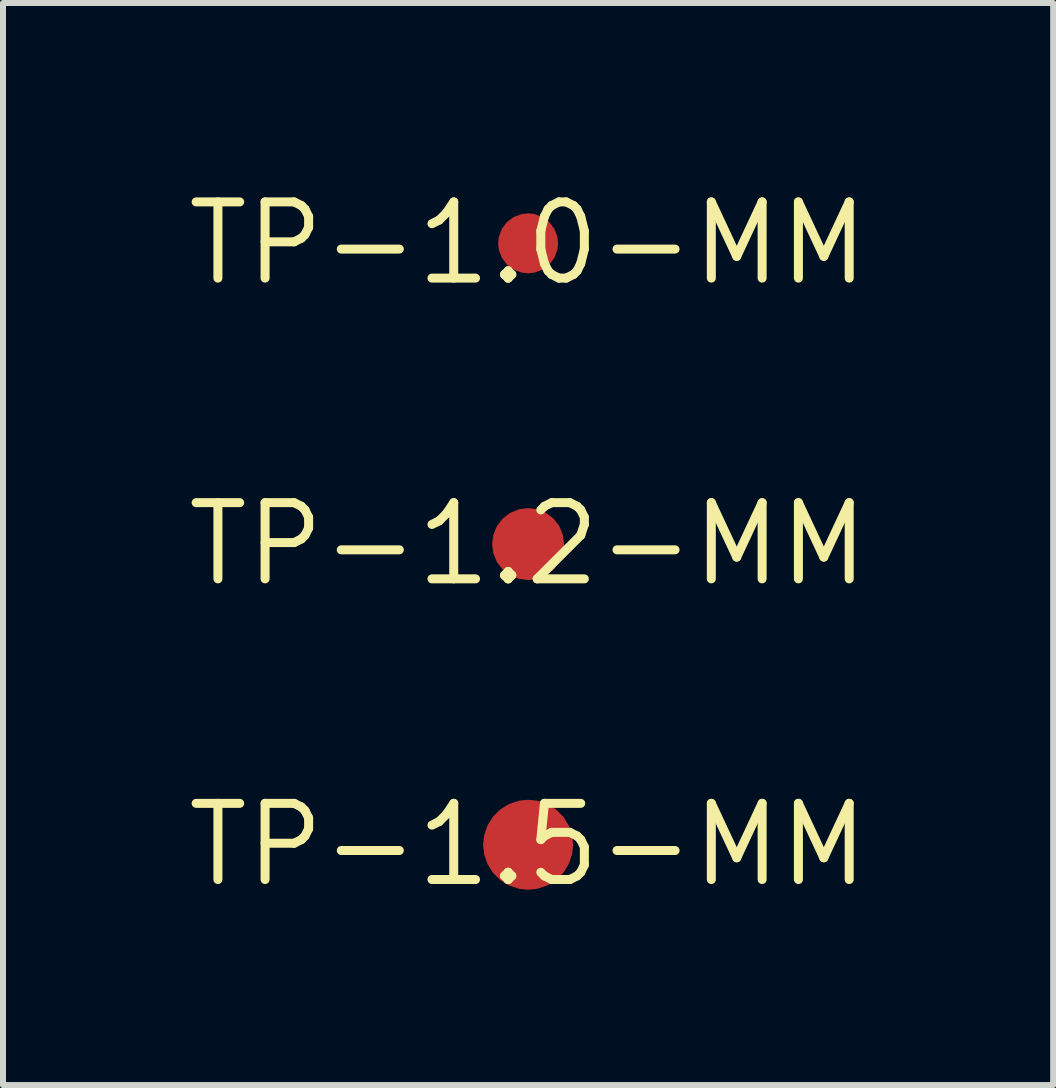
<source format=kicad_pcb>
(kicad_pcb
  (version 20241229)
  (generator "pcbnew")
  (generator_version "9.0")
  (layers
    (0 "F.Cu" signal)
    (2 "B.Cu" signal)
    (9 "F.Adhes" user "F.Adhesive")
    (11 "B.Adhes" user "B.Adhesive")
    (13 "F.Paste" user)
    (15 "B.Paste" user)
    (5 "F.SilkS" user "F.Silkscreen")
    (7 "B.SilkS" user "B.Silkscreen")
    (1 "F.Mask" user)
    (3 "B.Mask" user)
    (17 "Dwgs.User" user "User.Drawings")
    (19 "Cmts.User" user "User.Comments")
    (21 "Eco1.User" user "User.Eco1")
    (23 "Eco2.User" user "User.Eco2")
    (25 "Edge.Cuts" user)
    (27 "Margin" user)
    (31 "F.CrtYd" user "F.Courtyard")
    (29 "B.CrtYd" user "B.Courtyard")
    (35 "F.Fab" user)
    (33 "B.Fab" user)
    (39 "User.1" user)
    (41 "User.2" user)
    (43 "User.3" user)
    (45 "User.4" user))
  (footprint "TP-1.0-MM"
    (layer "F.Cu")
    (at 5.753 1.006)
    (property "Reference" "TP-1.0-MM" (at 0 0 0) (unlocked yes) (layer "F.SilkS") (effects (font (size 1.27 1.27) (thickness 0.15))))
    (pad "0" smd roundrect (at 0 0) (size 1 1) (layers "F.Cu" "F.Mask") (roundrect_rratio 0.5)))
  (footprint "TP-1.2-MM"
    (layer "F.Cu")
    (at 5.753 6.019)
    (property "Reference" "TP-1.2-MM" (at 0 0 0) (unlocked yes) (layer "F.SilkS") (effects (font (size 1.27 1.27) (thickness 0.15))))
    (pad "0" smd roundrect (at 0 0) (size 1.2 1.2) (layers "F.Cu" "F.Mask") (roundrect_rratio 0.5)))
  (footprint "TP-1.5-MM"
    (layer "F.Cu")
    (at 5.753 11.031)
    (property "Reference" "TP-1.5-MM" (at 0 0 0) (unlocked yes) (layer "F.SilkS") (effects (font (size 1.27 1.27) (thickness 0.15))))
    (pad "0" smd roundrect (at 0 0) (size 1.5 1.5) (layers "F.Cu" "F.Mask") (roundrect_rratio 0.5)))
  (gr_rect
    (start -3 -3)
    (end 14.505 15.037)
    (stroke (width 0.1) (type default))
    (fill no)
    (layer "Edge.Cuts")))
</source>
